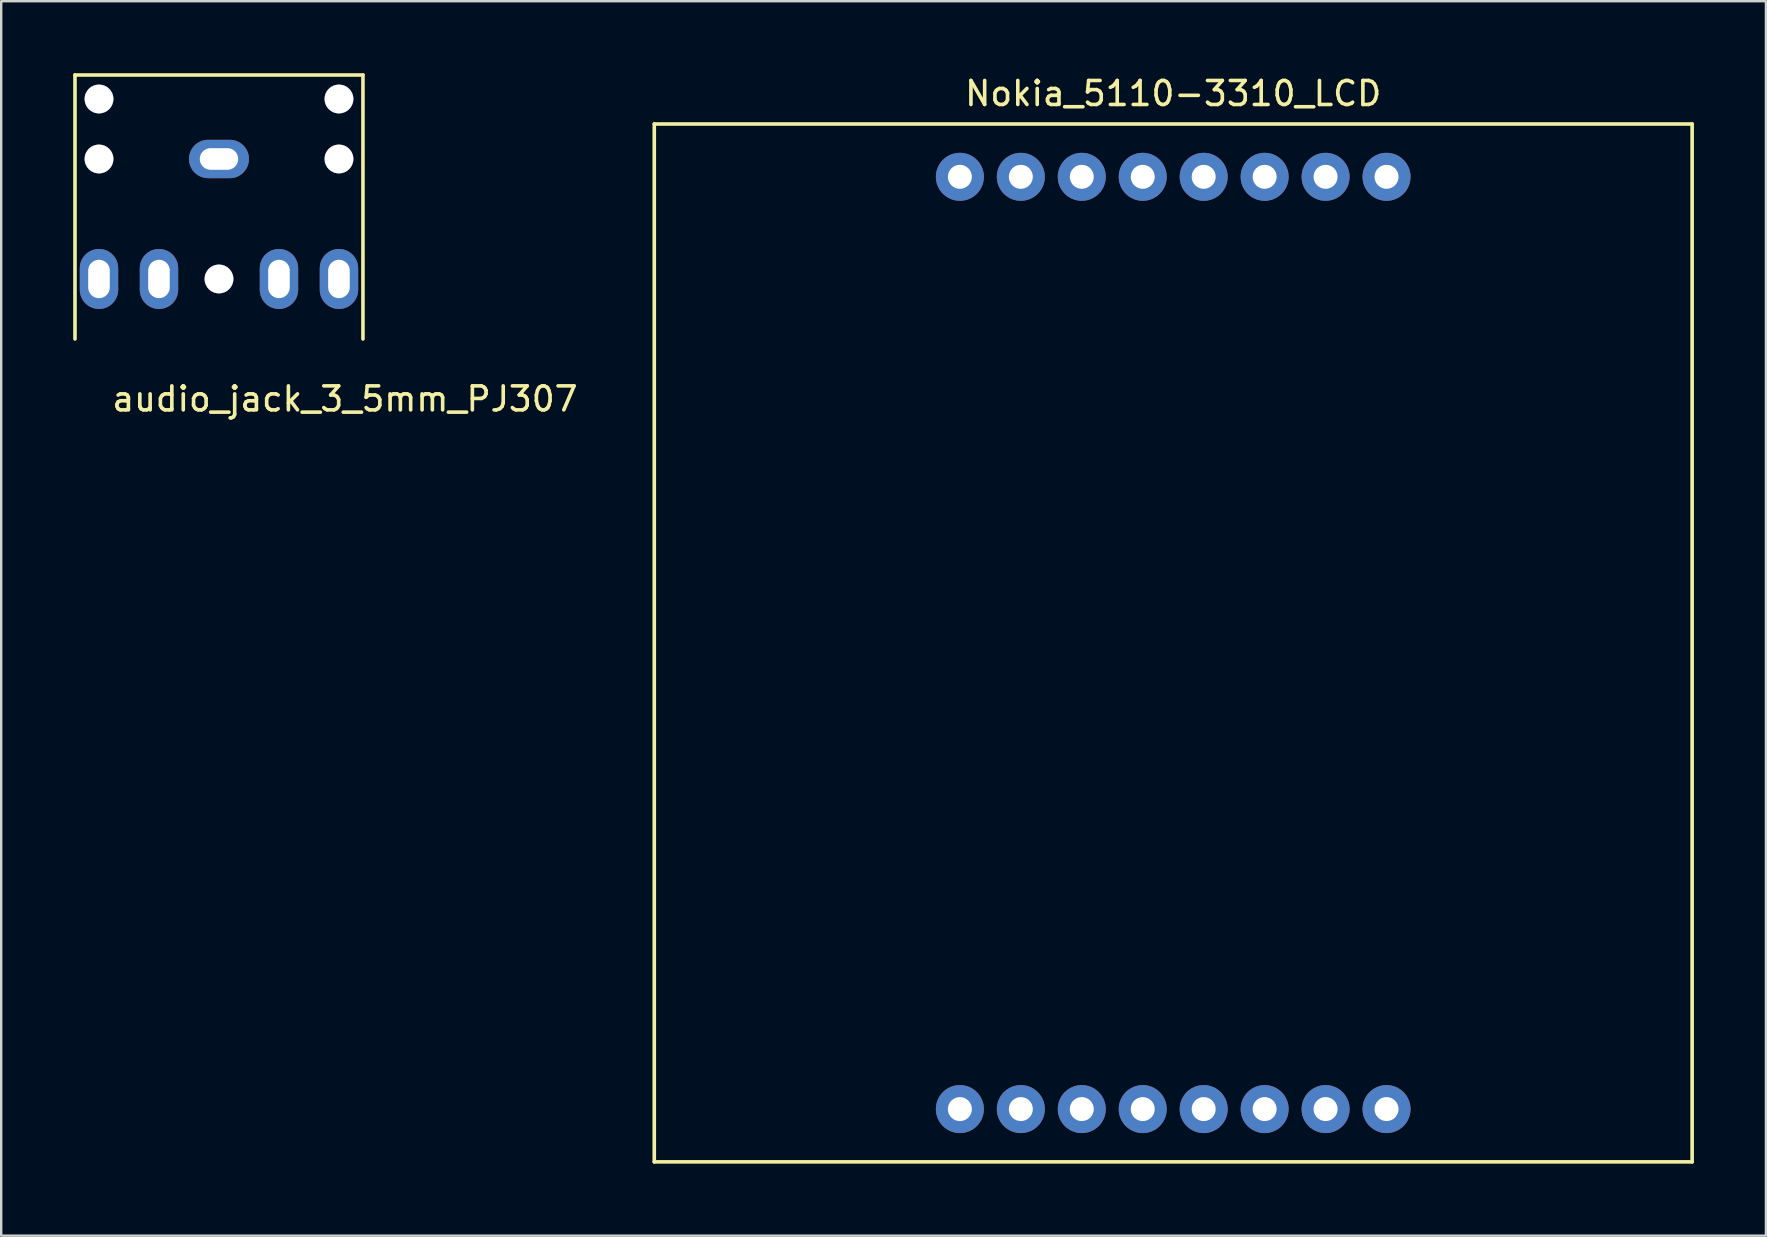
<source format=kicad_pcb>
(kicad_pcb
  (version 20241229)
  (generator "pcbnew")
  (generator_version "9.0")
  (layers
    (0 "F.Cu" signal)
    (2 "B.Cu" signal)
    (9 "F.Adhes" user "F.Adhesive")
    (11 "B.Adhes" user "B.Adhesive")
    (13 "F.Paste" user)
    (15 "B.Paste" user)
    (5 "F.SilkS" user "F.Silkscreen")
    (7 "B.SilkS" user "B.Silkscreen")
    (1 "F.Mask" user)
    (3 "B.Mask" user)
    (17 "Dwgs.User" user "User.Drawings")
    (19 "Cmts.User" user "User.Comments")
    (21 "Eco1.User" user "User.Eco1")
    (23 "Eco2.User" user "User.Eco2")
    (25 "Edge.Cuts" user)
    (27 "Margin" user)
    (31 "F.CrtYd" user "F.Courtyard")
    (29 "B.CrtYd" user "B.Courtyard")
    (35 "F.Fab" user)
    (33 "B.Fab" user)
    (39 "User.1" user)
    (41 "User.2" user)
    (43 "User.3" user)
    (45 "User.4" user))
  (footprint "Nokia_5110-3310_LCD"
    (layer "F.Cu")
    (at 45.84 2.118)
    (property "Reference" "Nokia_5110-3310_LCD" (at 0 -1.27 0) (layer "F.SilkS") (effects (font (size 1 1) (thickness 0.15))))
    (attr through_hole)
    (fp_line (start -21.625 0) (end -21.625 43.25) (stroke (width 0.15) (type solid)) (layer "F.SilkS"))
    (fp_line (start -21.625 0) (end 21.625 0) (stroke (width 0.15) (type solid)) (layer "F.SilkS"))
    (fp_line (start 21.625 0) (end 21.625 43.25) (stroke (width 0.15) (type solid)) (layer "F.SilkS"))
    (fp_line (start 21.625 43.25) (end -21.625 43.25) (stroke (width 0.15) (type solid)) (layer "F.SilkS"))
    (pad "1" thru_hole circle (at -8.89 2.2) (size 2 2) (drill 1) (layers "*.Cu" "*.Mask"))
    (pad "1" thru_hole circle (at -8.89 41.05) (size 2 2) (drill 1) (layers "*.Cu" "*.Mask"))
    (pad "2" thru_hole circle (at -6.35 2.2) (size 2 2) (drill 1) (layers "*.Cu" "*.Mask"))
    (pad "2" thru_hole circle (at -6.35 41.05) (size 2 2) (drill 1) (layers "*.Cu" "*.Mask"))
    (pad "3" thru_hole circle (at -3.81 2.2) (size 2 2) (drill 1) (layers "*.Cu" "*.Mask"))
    (pad "3" thru_hole circle (at -3.81 41.05) (size 2 2) (drill 1) (layers "*.Cu" "*.Mask"))
    (pad "4" thru_hole circle (at -1.27 2.2) (size 2 2) (drill 1) (layers "*.Cu" "*.Mask"))
    (pad "4" thru_hole circle (at -1.27 41.05) (size 2 2) (drill 1) (layers "*.Cu" "*.Mask"))
    (pad "5" thru_hole circle (at 1.27 2.2) (size 2 2) (drill 1) (layers "*.Cu" "*.Mask"))
    (pad "5" thru_hole circle (at 1.27 41.05) (size 2 2) (drill 1) (layers "*.Cu" "*.Mask"))
    (pad "6" thru_hole circle (at 3.81 2.2) (size 2 2) (drill 1) (layers "*.Cu" "*.Mask"))
    (pad "6" thru_hole circle (at 3.81 41.05) (size 2 2) (drill 1) (layers "*.Cu" "*.Mask"))
    (pad "7" thru_hole circle (at 6.35 2.2) (size 2 2) (drill 1) (layers "*.Cu" "*.Mask"))
    (pad "7" thru_hole circle (at 6.35 41.05) (size 2 2) (drill 1) (layers "*.Cu" "*.Mask"))
    (pad "8" thru_hole circle (at 8.89 2.2) (size 2 2) (drill 1) (layers "*.Cu" "*.Mask"))
    (pad "8" thru_hole circle (at 8.89 41.05) (size 2 2) (drill 1) (layers "*.Cu" "*.Mask")))
  (footprint "audio_jack_3_5mm_PJ307"
    (layer "F.Cu")
    (at 6.075 3.575)
    (property "Reference" "audio_jack_3_5mm_PJ307" (at 5.25 10 0) (layer "F.SilkS") (effects (font (size 1 1) (thickness 0.15))))
    (attr through_hole)
    (fp_line (start -6 -3.5) (end -6 7.5) (stroke (width 0.15) (type solid)) (layer "F.SilkS"))
    (fp_line (start -6 -3.5) (end 6 -3.5) (stroke (width 0.15) (type solid)) (layer "F.SilkS"))
    (fp_line (start 6 -3.5) (end 6 7.5) (stroke (width 0.15) (type solid)) (layer "F.SilkS"))
    (pad "2" thru_hole oval (at 5 5) (size 1.6 2.5) (drill oval 0.9 1.6) (layers "*.Cu" "*.Mask"))
    (pad "3" thru_hole oval (at 0 0) (size 2.5 1.6) (drill oval 1.6 0.9) (layers "*.Cu" "*.Mask"))
    (pad "3" thru_hole oval (at 2.5 5) (size 1.6 2.5) (drill oval 0.9 1.6) (layers "*.Cu" "*.Mask"))
    (pad "4" thru_hole oval (at -2.5 5) (size 1.6 2.5) (drill oval 0.9 1.6) (layers "*.Cu" "*.Mask"))
    (pad "5" thru_hole oval (at -5 5) (size 1.6 2.5) (drill oval 0.9 1.6) (layers "*.Cu" "*.Mask"))
    (pad "6" thru_hole oval (at 0 5) (size 1.2 1.2) (drill oval 1.2) (layers "*.Cu" "*.Mask"))
    (pad "7" thru_hole oval (at 5 0) (size 1.2 1.2) (drill oval 1.2) (layers "*.Cu" "*.Mask"))
    (pad "8" thru_hole oval (at -5 0) (size 1.2 1.2) (drill oval 1.2) (layers "*.Cu" "*.Mask"))
    (pad "9" thru_hole oval (at 5 -2.5) (size 1.2 1.2) (drill oval 1.2) (layers "*.Cu" "*.Mask"))
    (pad "10" thru_hole oval (at -5 -2.5) (size 1.2 1.2) (drill oval 1.2) (layers "*.Cu" "*.Mask")))
  (gr_rect
    (start -3 -3)
    (end 70.54 48.443)
    (stroke (width 0.1) (type default))
    (fill no)
    (layer "Edge.Cuts")))
</source>
